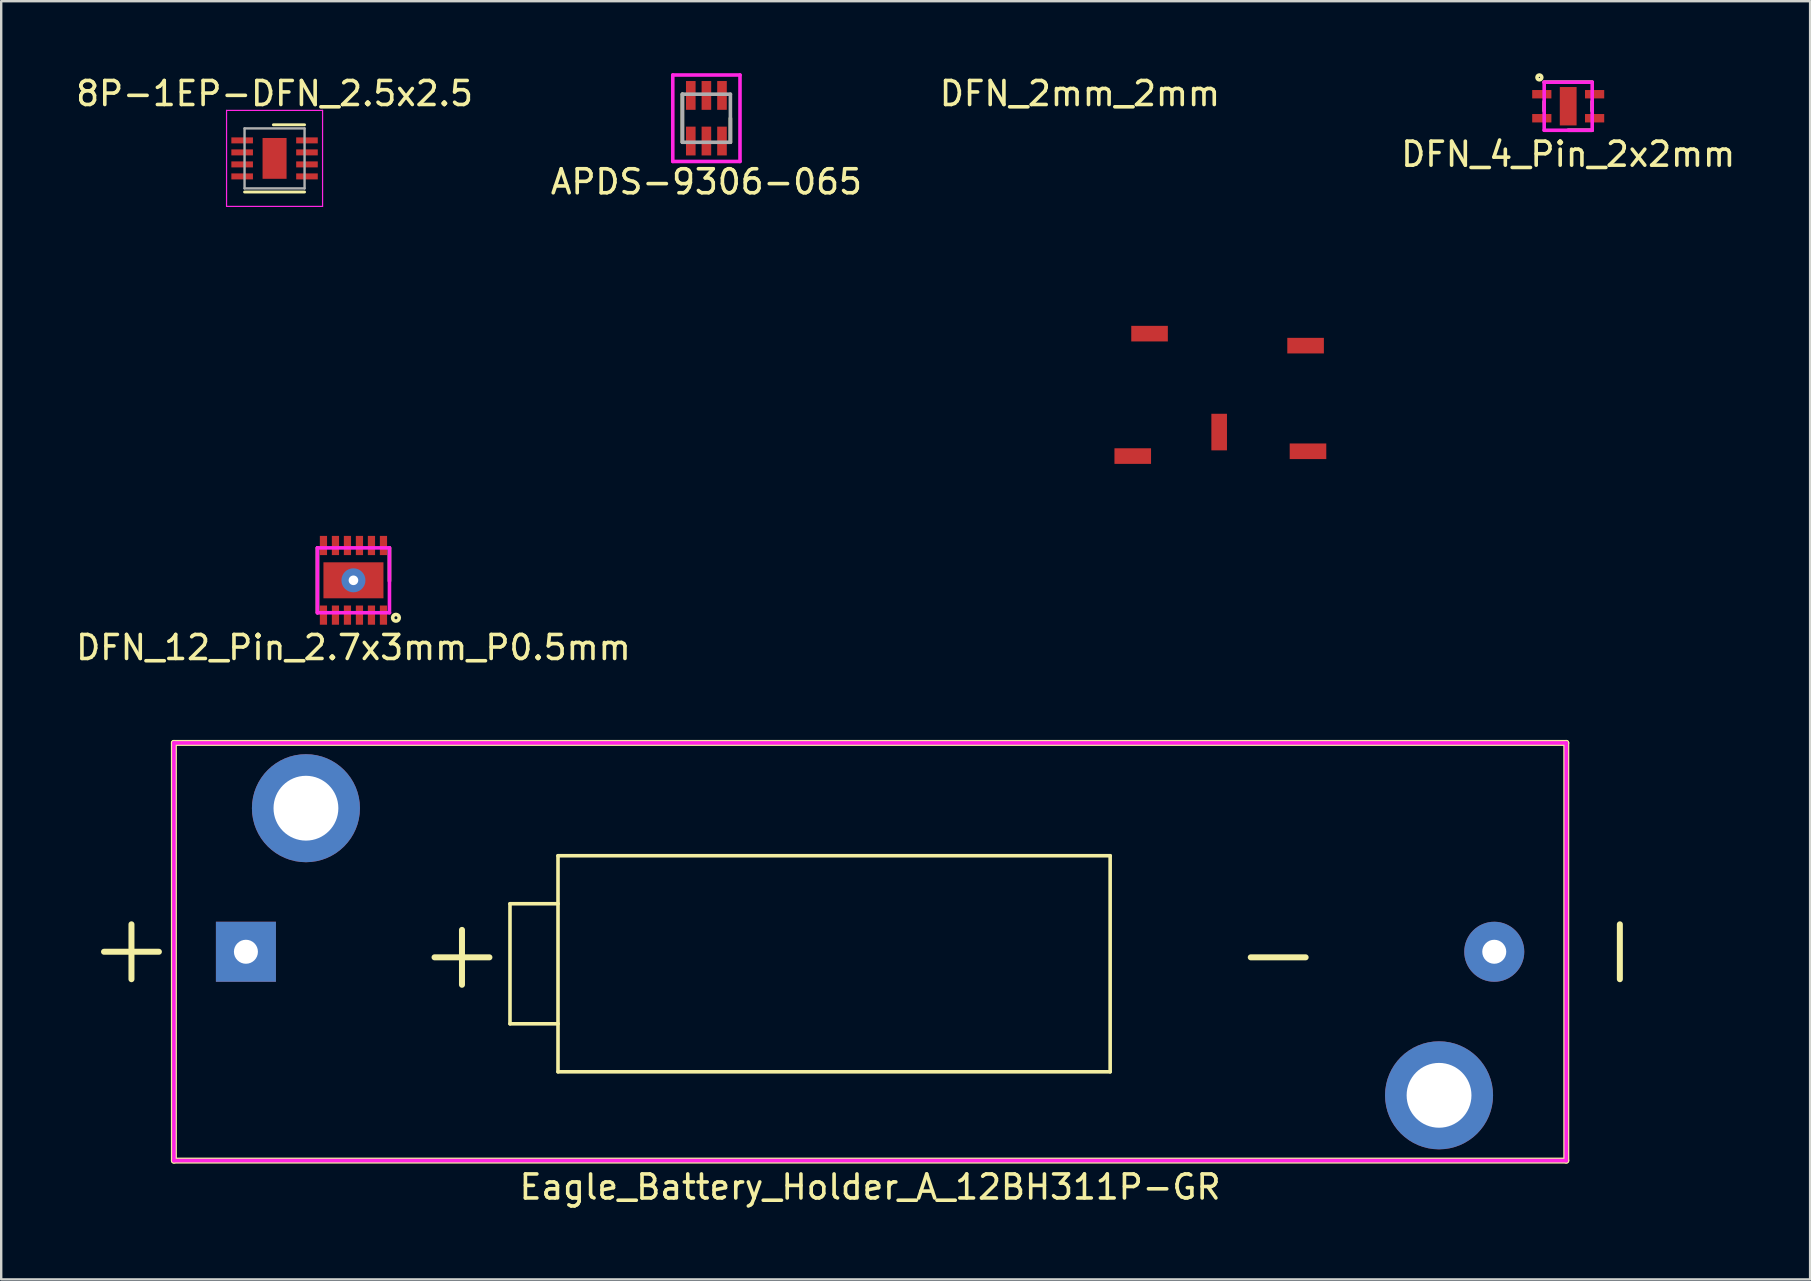
<source format=kicad_pcb>
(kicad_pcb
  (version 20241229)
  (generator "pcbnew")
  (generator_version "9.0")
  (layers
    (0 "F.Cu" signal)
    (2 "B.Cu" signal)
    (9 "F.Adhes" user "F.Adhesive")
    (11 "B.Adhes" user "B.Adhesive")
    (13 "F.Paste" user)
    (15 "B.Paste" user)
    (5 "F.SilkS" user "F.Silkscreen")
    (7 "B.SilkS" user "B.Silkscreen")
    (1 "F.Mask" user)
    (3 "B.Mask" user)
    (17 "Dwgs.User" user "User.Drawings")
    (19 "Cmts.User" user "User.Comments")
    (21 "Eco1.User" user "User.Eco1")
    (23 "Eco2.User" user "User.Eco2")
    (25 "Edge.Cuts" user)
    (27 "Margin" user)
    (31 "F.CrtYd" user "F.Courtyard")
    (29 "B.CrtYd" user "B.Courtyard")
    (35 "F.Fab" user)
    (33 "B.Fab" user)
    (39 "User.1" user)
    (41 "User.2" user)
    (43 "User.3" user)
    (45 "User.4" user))
  (footprint "DFN_2mm_2mm"
    (layer "F.Cu")
    (at 48.635 15.148)
    (property "Reference" "DFN_2mm_2mm" (at -6.7 -14.3 0) (layer "F.SilkS") (effects (font (size 1 1) (thickness 0.15))))
    (attr smd)
    (pad "1" smd rect (at -3.8 -4.3 90) (size 0.65 1.524) (layers "F.Cu" "F.Mask" "F.Paste"))
    (pad "2" smd rect (at -4.5 0.8 90) (size 0.65 1.524) (layers "F.Cu" "F.Mask" "F.Paste"))
    (pad "3" smd rect (at 2.8 0.6 90) (size 0.65 1.524) (layers "F.Cu" "F.Mask" "F.Paste"))
    (pad "4" smd rect (at 2.7 -3.8 90) (size 0.65 1.524) (layers "F.Cu" "F.Mask" "F.Paste"))
    (pad "5" smd rect (at -0.9 -0.2) (size 0.65 1.524) (layers "F.Cu" "F.Mask" "F.Paste")))
  (footprint "8P-1EP-DFN_2.5x2.5"
    (layer "F.Cu")
    (at 8.387 3.548)
    (property "Reference" "8P-1EP-DFN_2.5x2.5" (at 0 -2.7 0) (layer "F.SilkS") (effects (font (size 1 1) (thickness 0.15))))
    (attr smd)
    (fp_line (start -1.25 1.4) (end 1.25 1.4) (stroke (width 0.12) (type solid)) (layer "F.SilkS"))
    (fp_line (start -0.05 -1.4) (end 1.25 -1.4) (stroke (width 0.12) (type solid)) (layer "F.SilkS"))
    (fp_poly (pts (xy -0.45 -0.7) (xy -0.45 0.7) (xy 0.45 0.7) (xy 0.45 -0.7)) (stroke (width 0) (type solid)) (fill yes) (layer "F.Paste"))
    (fp_line (start -2 -2) (end 2 -2) (stroke (width 0.05) (type solid)) (layer "F.CrtYd"))
    (fp_line (start -2 2) (end -2 -2) (stroke (width 0.05) (type solid)) (layer "F.CrtYd"))
    (fp_line (start 2 -2) (end 2 2) (stroke (width 0.05) (type solid)) (layer "F.CrtYd"))
    (fp_line (start 2 2) (end -2 2) (stroke (width 0.05) (type solid)) (layer "F.CrtYd"))
    (fp_line (start -1.25 -1.25) (end 1.25 -1.25) (stroke (width 0.1) (type solid)) (layer "F.Fab"))
    (fp_line (start -1.25 1.25) (end -1.25 -1.25) (stroke (width 0.1) (type solid)) (layer "F.Fab"))
    (fp_line (start 1.25 -1.25) (end 1.25 1.25) (stroke (width 0.1) (type solid)) (layer "F.Fab"))
    (fp_line (start 1.25 1.25) (end -1.25 1.25) (stroke (width 0.1) (type solid)) (layer "F.Fab"))
    (pad "1" smd rect (at -1.35 -0.75) (size 0.9 0.25) (layers "F.Cu" "F.Mask" "F.Paste"))
    (pad "2" smd rect (at -1.35 -0.25) (size 0.9 0.25) (layers "F.Cu" "F.Mask" "F.Paste"))
    (pad "3" smd rect (at -1.35 0.25) (size 0.9 0.25) (layers "F.Cu" "F.Mask" "F.Paste"))
    (pad "4" smd rect (at -1.35 0.75) (size 0.9 0.25) (layers "F.Cu" "F.Mask" "F.Paste"))
    (pad "5" smd rect (at 1.35 0.75) (size 0.9 0.25) (layers "F.Cu" "F.Mask" "F.Paste"))
    (pad "6" smd rect (at 1.35 0.25) (size 0.9 0.25) (layers "F.Cu" "F.Mask" "F.Paste"))
    (pad "7" smd rect (at 1.35 -0.25) (size 0.9 0.25) (layers "F.Cu" "F.Mask" "F.Paste"))
    (pad "8" smd rect (at 1.35 -0.75) (size 0.9 0.25) (layers "F.Cu" "F.Mask" "F.Paste"))
    (pad "9" smd rect (at 0 0) (size 1 1.7) (layers "F.Cu" "F.Mask")))
  (footprint "DFN_12_Pin_2.7x3mm_P0.5mm"
    (layer "F.Cu")
    (at 11.673 21.123)
    (property "Reference" "DFN_12_Pin_2.7x3mm_P0.5mm" (at 0 2.8 0) (layer "F.SilkS") (effects (font (size 1 1) (thickness 0.15))))
    (attr through_hole)
    (fp_line (start -1.5 -1.35) (end -1.5 1.35) (stroke (width 0.15) (type solid)) (layer "F.SilkS"))
    (fp_line (start 1.5 -1.35) (end 1.5 0.03) (stroke (width 0.15) (type solid)) (layer "F.SilkS"))
    (fp_circle (center 1.77 1.56) (end 1.83 1.54) (stroke (width 0.15) (type solid)) (fill no) (layer "F.SilkS"))
    (fp_line (start -1.5 -1.35) (end 1.5 -1.35) (stroke (width 0.15) (type solid)) (layer "F.CrtYd"))
    (fp_line (start -1.5 1.35) (end -1.5 -1.35) (stroke (width 0.15) (type solid)) (layer "F.CrtYd"))
    (fp_line (start 1.5 -1.35) (end 1.5 1.35) (stroke (width 0.15) (type solid)) (layer "F.CrtYd"))
    (fp_line (start 1.5 1.35) (end -1.5 1.35) (stroke (width 0.15) (type solid)) (layer "F.CrtYd"))
    (pad "1" smd rect (at -1.25 1.45) (size 0.3 0.8) (layers "F.Cu" "F.Mask" "F.Paste"))
    (pad "2" smd rect (at -0.75 1.45) (size 0.3 0.8) (layers "F.Cu" "F.Mask" "F.Paste"))
    (pad "3" smd rect (at -0.25 1.45) (size 0.3 0.8) (layers "F.Cu" "F.Mask" "F.Paste"))
    (pad "4" smd rect (at 0.25 1.45) (size 0.3 0.8) (layers "F.Cu" "F.Mask" "F.Paste"))
    (pad "5" smd rect (at 0.75 1.45) (size 0.3 0.8) (layers "F.Cu" "F.Mask" "F.Paste"))
    (pad "6" smd rect (at 1.25 1.45) (size 0.3 0.8) (layers "F.Cu" "F.Mask" "F.Paste"))
    (pad "7" smd rect (at 1.25 -1.45) (size 0.3 0.8) (layers "F.Cu" "F.Mask" "F.Paste"))
    (pad "8" smd rect (at 0.75 -1.45) (size 0.3 0.8) (layers "F.Cu" "F.Mask" "F.Paste"))
    (pad "9" smd rect (at 0.25 -1.45) (size 0.3 0.8) (layers "F.Cu" "F.Mask" "F.Paste"))
    (pad "10" smd rect (at -0.25 -1.45) (size 0.3 0.8) (layers "F.Cu" "F.Mask" "F.Paste"))
    (pad "11" smd rect (at -0.75 -1.45) (size 0.3 0.8) (layers "F.Cu" "F.Mask" "F.Paste"))
    (pad "12" smd rect (at -1.25 -1.45) (size 0.3 0.8) (layers "F.Cu" "F.Mask" "F.Paste"))
    (pad "13" thru_hole circle (at 0 0) (size 1 1) (drill 0.4) (layers "*.Cu" "*.Mask"))
    (pad "13" smd rect (at 0 0) (size 2.5 1.5) (layers "F.Cu" "F.Mask" "F.Paste")))
  (footprint "APDS-9306-065"
    (layer "F.Cu")
    (at 26.375 1.875)
    (property "Reference" "APDS-9306-065" (at 0 2.65 180) (layer "F.SilkS") (effects (font (size 1 1) (thickness 0.15))))
    (attr smd)
    (fp_line (start -1 -1) (end -1 1) (stroke (width 0.15) (type solid)) (layer "F.SilkS"))
    (fp_line (start 1 1) (end 1 0) (stroke (width 0.15) (type solid)) (layer "F.SilkS"))
    (fp_line (start -1.4 -1.8) (end 1.4 -1.8) (stroke (width 0.15) (type solid)) (layer "F.CrtYd"))
    (fp_line (start -1.4 1.8) (end -1.4 -1.8) (stroke (width 0.15) (type solid)) (layer "F.CrtYd"))
    (fp_line (start 1.4 -1.8) (end 1.4 1.8) (stroke (width 0.15) (type solid)) (layer "F.CrtYd"))
    (fp_line (start 1.4 1.8) (end -1.4 1.8) (stroke (width 0.15) (type solid)) (layer "F.CrtYd"))
    (fp_line (start -1 -1) (end -1 1) (stroke (width 0.15) (type solid)) (layer "F.Fab"))
    (fp_line (start -1 -1) (end 1 -1) (stroke (width 0.15) (type solid)) (layer "F.Fab"))
    (fp_line (start -1 1) (end 1 1) (stroke (width 0.15) (type solid)) (layer "F.Fab"))
    (fp_line (start 1 -1) (end 1 1) (stroke (width 0.15) (type solid)) (layer "F.Fab"))
    (pad "1" smd rect (at 0.65 -0.95) (size 0.4 1.2) (layers "F.Cu" "F.Mask" "F.Paste"))
    (pad "2" smd rect (at 0 -0.95) (size 0.4 1.2) (layers "F.Cu" "F.Mask" "F.Paste"))
    (pad "3" smd rect (at -0.65 -0.95) (size 0.4 1.2) (layers "F.Cu" "F.Mask" "F.Paste"))
    (pad "4" smd rect (at -0.65 0.95) (size 0.4 1.2) (layers "F.Cu" "F.Mask" "F.Paste"))
    (pad "5" smd rect (at 0 0.95) (size 0.4 1.2) (layers "F.Cu" "F.Mask" "F.Paste"))
    (pad "6" smd rect (at 0.65 0.95) (size 0.4 1.2) (layers "F.Cu" "F.Mask" "F.Paste")))
  (footprint "Eagle_Battery_Holder_A_12BH311P-GR"
    (layer "F.Cu")
    (at 33.194 36.596)
    (property "Reference" "Eagle_Battery_Holder_A_12BH311P-GR" (at 0 9.8 0) (layer "F.SilkS") (effects (font (size 1 1) (thickness 0.15))))
    (attr through_hole)
    (fp_line (start -29 -8.7) (end 29 -8.7) (stroke (width 0.25) (type solid)) (layer "F.SilkS"))
    (fp_line (start -29 8.7) (end -29 -8.7) (stroke (width 0.25) (type solid)) (layer "F.SilkS"))
    (fp_line (start -15 -2) (end -15 3) (stroke (width 0.15) (type solid)) (layer "F.SilkS"))
    (fp_line (start -13 -4) (end -13 5) (stroke (width 0.15) (type solid)) (layer "F.SilkS"))
    (fp_line (start -13 -2) (end -15 -2) (stroke (width 0.15) (type solid)) (layer "F.SilkS"))
    (fp_line (start -13 3) (end -15 3) (stroke (width 0.15) (type solid)) (layer "F.SilkS"))
    (fp_line (start -13 5) (end 10 5) (stroke (width 0.15) (type solid)) (layer "F.SilkS"))
    (fp_line (start 10 -4) (end -13 -4) (stroke (width 0.15) (type solid)) (layer "F.SilkS"))
    (fp_line (start 10 5) (end 10 -4) (stroke (width 0.15) (type solid)) (layer "F.SilkS"))
    (fp_line (start 29 -8.7) (end 29 8.7) (stroke (width 0.25) (type solid)) (layer "F.SilkS"))
    (fp_line (start 29 8.7) (end -29 8.7) (stroke (width 0.25) (type solid)) (layer "F.SilkS"))
    (fp_line (start -29 -8.7) (end 29 -8.7) (stroke (width 0.15) (type solid)) (layer "F.CrtYd"))
    (fp_line (start -29 8.7) (end -29 -8.7) (stroke (width 0.15) (type solid)) (layer "F.CrtYd"))
    (fp_line (start 29 -8.7) (end 29 8.7) (stroke (width 0.15) (type solid)) (layer "F.CrtYd"))
    (fp_line (start 29 8.7) (end -29 8.7) (stroke (width 0.15) (type solid)) (layer "F.CrtYd"))
    (fp_text user "-" (at 17 0 0) (layer "F.SilkS") (effects (font (size 3 3) (thickness 0.25))))
    (fp_text user "-" (at 31 0 90) (layer "F.SilkS") (effects (font (size 3 3) (thickness 0.25))))
    (fp_text user "+" (at -17 0 0) (layer "F.SilkS") (effects (font (size 3 3) (thickness 0.25))))
    (fp_text user "+" (at -31 0 90) (layer "F.SilkS") (effects (font (size 3 3) (thickness 0.25))))
    (pad "" np_thru_hole circle (at -23.5 -5.98) (size 4.5 4.5) (drill 2.7) (layers "*.Cu" "*.Mask"))
    (pad "" np_thru_hole circle (at 23.7 5.98) (size 4.5 4.5) (drill 2.7) (layers "*.Cu" "*.Mask"))
    (pad "1" thru_hole rect (at -26 0) (size 2.5 2.5) (drill 1) (layers "*.Cu" "*.Mask"))
    (pad "2" thru_hole circle (at 26 0) (size 2.5 2.5) (drill 1) (layers "*.Cu" "*.Mask")))
  (footprint "DFN_4_Pin_2x2mm"
    (layer "F.Cu")
    (at 62.274 1.375)
    (property "Reference" "DFN_4_Pin_2x2mm" (at 0 2 0) (layer "F.SilkS") (effects (font (size 1 1) (thickness 0.15))))
    (attr smd)
    (fp_line (start -1 -1) (end 1 -1) (stroke (width 0.15) (type solid)) (layer "F.SilkS"))
    (fp_line (start -1 -0.2) (end -1 0.2) (stroke (width 0.15) (type solid)) (layer "F.SilkS"))
    (fp_line (start 1 -0.2) (end 1 0.2) (stroke (width 0.15) (type solid)) (layer "F.SilkS"))
    (fp_line (start 1 1) (end 0 1) (stroke (width 0.15) (type solid)) (layer "F.SilkS"))
    (fp_circle (center -1.2 -1.2) (end -1.2 -1.1) (stroke (width 0.15) (type solid)) (fill no) (layer "F.SilkS"))
    (fp_line (start -1 -1) (end 1 -1) (stroke (width 0.15) (type solid)) (layer "F.CrtYd"))
    (fp_line (start -1 1) (end -1 -1) (stroke (width 0.15) (type solid)) (layer "F.CrtYd"))
    (fp_line (start 1 -1) (end 1 1) (stroke (width 0.15) (type solid)) (layer "F.CrtYd"))
    (fp_line (start 1 1) (end -1 1) (stroke (width 0.15) (type solid)) (layer "F.CrtYd"))
    (pad "1" smd rect (at -1.1 -0.5) (size 0.8 0.35) (layers "F.Cu" "F.Mask" "F.Paste"))
    (pad "2" smd rect (at -1.1 0.5) (size 0.8 0.35) (layers "F.Cu" "F.Mask" "F.Paste"))
    (pad "3" smd rect (at 1.1 0.5) (size 0.8 0.35) (layers "F.Cu" "F.Mask" "F.Paste"))
    (pad "4" smd rect (at 1.1 -0.5) (size 0.8 0.35) (layers "F.Cu" "F.Mask" "F.Paste"))
    (pad "5" smd rect (at 0 0) (size 0.7 1.6) (layers "F.Cu" "F.Mask" "F.Paste")))
  (gr_rect
    (start -3 -3)
    (end 72.351 50.245)
    (stroke (width 0.1) (type default))
    (fill no)
    (layer "Edge.Cuts")))
</source>
